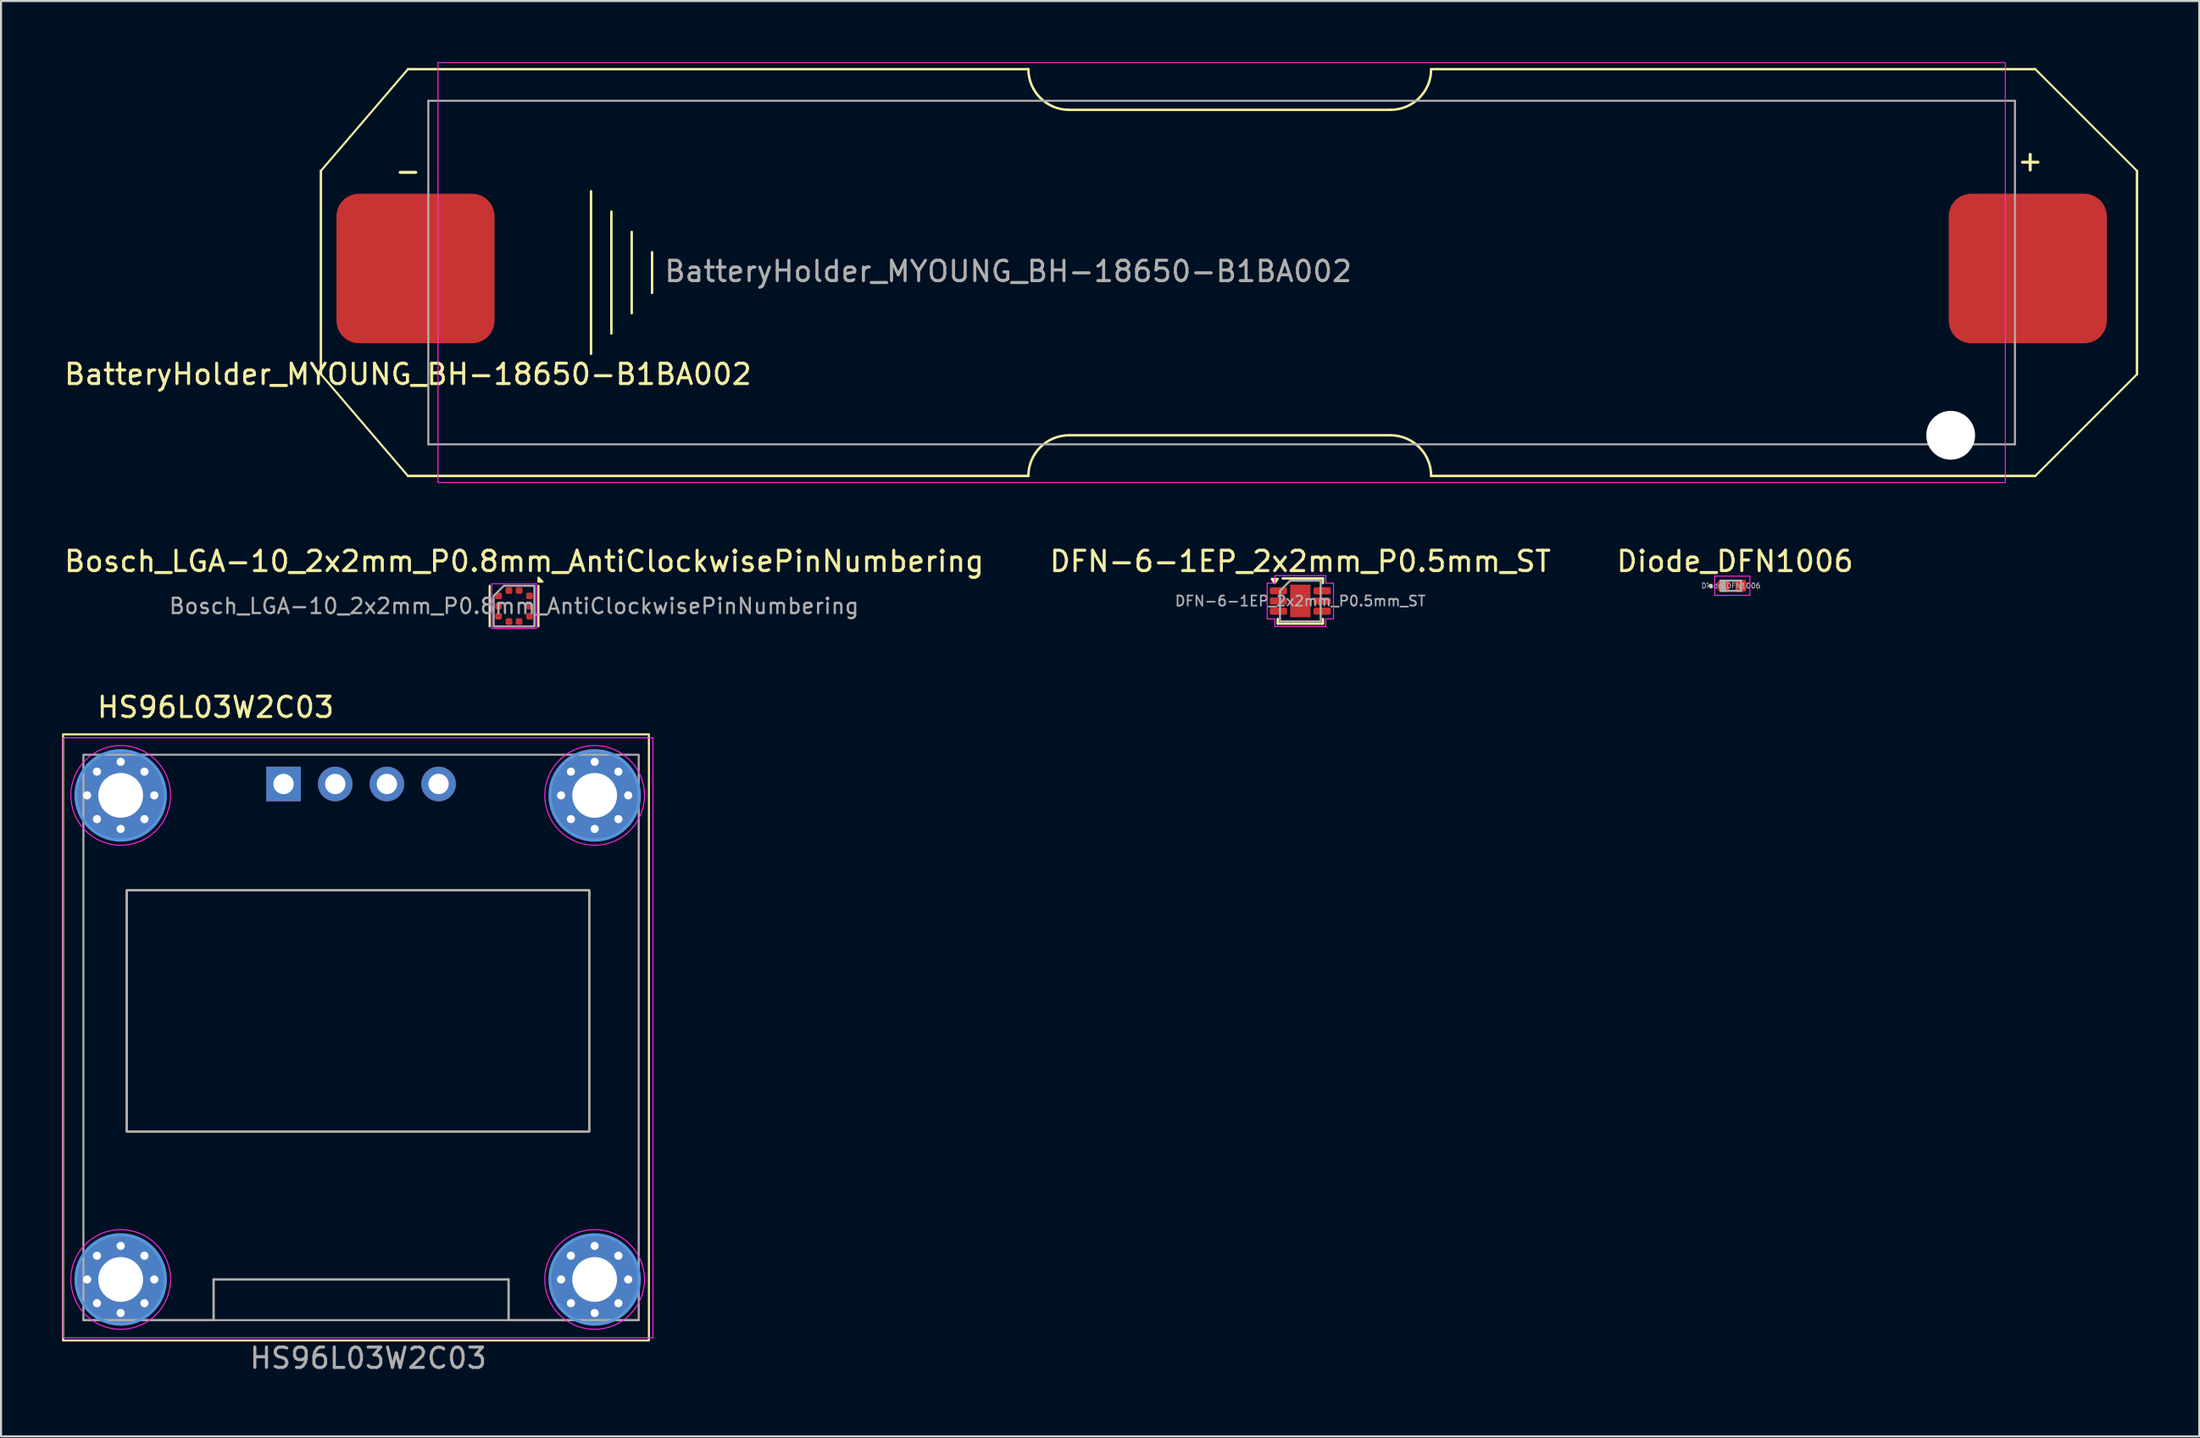
<source format=kicad_pcb>
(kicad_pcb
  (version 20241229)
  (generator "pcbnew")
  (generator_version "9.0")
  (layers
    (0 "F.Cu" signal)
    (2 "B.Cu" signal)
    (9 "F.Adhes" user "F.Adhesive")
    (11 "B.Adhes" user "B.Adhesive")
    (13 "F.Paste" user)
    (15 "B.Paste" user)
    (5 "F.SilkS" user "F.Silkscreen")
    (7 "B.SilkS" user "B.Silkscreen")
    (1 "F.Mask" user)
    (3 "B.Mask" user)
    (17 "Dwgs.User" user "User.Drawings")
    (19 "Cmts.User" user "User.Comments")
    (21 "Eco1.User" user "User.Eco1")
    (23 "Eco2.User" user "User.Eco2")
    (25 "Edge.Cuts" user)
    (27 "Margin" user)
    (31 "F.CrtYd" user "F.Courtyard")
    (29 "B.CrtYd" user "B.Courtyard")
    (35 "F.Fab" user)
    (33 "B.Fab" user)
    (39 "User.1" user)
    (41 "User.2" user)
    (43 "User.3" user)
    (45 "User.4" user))
  (footprint "HS96L03W2C03"
    (layer "F.Cu")
    (at 10.89 35.495)
    (property "Reference" "HS96L03W2C03" (at -3.34 -3.773 0) (layer "F.SilkS") (effects (font (size 1 1) (thickness 0.15))))
    (attr through_hole)
    (fp_line (start -3.44 24.36) (end -3.44 26.36) (stroke (width 0.1) (type solid)) (layer "F.SilkS"))
    (fp_line (start 11.06 24.36) (end -3.44 24.36) (stroke (width 0.1) (type solid)) (layer "F.SilkS"))
    (fp_line (start 11.06 24.36) (end 11.06 26.36) (stroke (width 0.1) (type solid)) (layer "F.SilkS"))
    (fp_rect (start -10.84 -2.44) (end 17.96 27.36) (stroke (width 0.1) (type solid)) (fill no) (layer "F.SilkS"))
    (fp_rect (start -7.71 5.227) (end 15.03 17.087) (stroke (width 0.1) (type solid)) (fill no) (layer "F.SilkS"))
    (fp_circle (center -8.007 0.56) (end -5.807 0.56) (stroke (width 0.15) (type solid)) (fill no) (layer "Cmts.User"))
    (fp_circle (center -8.007 24.36) (end -5.807 24.36) (stroke (width 0.15) (type solid)) (fill no) (layer "Cmts.User"))
    (fp_circle (center 15.293 0.56) (end 15.293 -1.64) (stroke (width 0.15) (type solid)) (fill no) (layer "Cmts.User"))
    (fp_circle (center 15.293 24.36) (end 15.293 22.16) (stroke (width 0.15) (type solid)) (fill no) (layer "Cmts.User"))
    (fp_rect (start -10.84 -2.273) (end 18.16 27.227) (stroke (width 0.05) (type default)) (fill no) (layer "F.CrtYd"))
    (fp_circle (center -8.007 0.56) (end -5.557 0.56) (stroke (width 0.05) (type solid)) (fill no) (layer "F.CrtYd"))
    (fp_circle (center -8.007 24.36) (end -5.557 24.36) (stroke (width 0.05) (type solid)) (fill no) (layer "F.CrtYd"))
    (fp_circle (center 15.293 0.56) (end 15.293 -1.89) (stroke (width 0.05) (type solid)) (fill no) (layer "F.CrtYd"))
    (fp_circle (center 15.293 24.36) (end 15.293 21.91) (stroke (width 0.05) (type solid)) (fill no) (layer "F.CrtYd"))
    (fp_line (start -9.84 26.36) (end -3.44 26.36) (stroke (width 0.1) (type solid)) (layer "F.Fab"))
    (fp_line (start -3.44 24.36) (end -3.44 26.36) (stroke (width 0.1) (type solid)) (layer "F.Fab"))
    (fp_line (start 11.06 24.36) (end -3.44 24.36) (stroke (width 0.1) (type solid)) (layer "F.Fab"))
    (fp_line (start 11.06 24.36) (end 11.06 26.36) (stroke (width 0.1) (type solid)) (layer "F.Fab"))
    (fp_line (start 11.06 26.36) (end 17.46 26.36) (stroke (width 0.1) (type solid)) (layer "F.Fab"))
    (fp_rect (start -9.84 -1.44) (end 17.46 26.36) (stroke (width 0.1) (type solid)) (fill no) (layer "F.Fab"))
    (fp_rect (start -7.71 5.227) (end 15.03 17.087) (stroke (width 0.1) (type solid)) (fill no) (layer "F.Fab"))
    (fp_text user "${REFERENCE}" (at 4.16 28.227 0) (layer "F.Fab") (effects (font (size 1 1) (thickness 0.15))))
    (pad "1" thru_hole circle (at -9.657 0.56) (size 0.7 0.7) (drill 0.4) (layers "*.Cu" "*.Mask"))
    (pad "1" thru_hole circle (at -9.657 24.36) (size 0.7 0.7) (drill 0.4) (layers "*.Cu" "*.Mask"))
    (pad "1" thru_hole circle (at -9.173 -0.607) (size 0.7 0.7) (drill 0.4) (layers "*.Cu" "*.Mask"))
    (pad "1" thru_hole circle (at -9.173 1.727) (size 0.7 0.7) (drill 0.4) (layers "*.Cu" "*.Mask"))
    (pad "1" thru_hole circle (at -9.173 23.193) (size 0.7 0.7) (drill 0.4) (layers "*.Cu" "*.Mask"))
    (pad "1" thru_hole circle (at -9.173 25.527) (size 0.7 0.7) (drill 0.4) (layers "*.Cu" "*.Mask"))
    (pad "1" thru_hole circle (at -8.007 -1.09) (size 0.7 0.7) (drill 0.4) (layers "*.Cu" "*.Mask"))
    (pad "1" thru_hole circle (at -8.007 0.56) (size 4.4 4.4) (drill 2.2) (layers "*.Cu" "*.Mask"))
    (pad "1" thru_hole circle (at -8.007 2.21) (size 0.7 0.7) (drill 0.4) (layers "*.Cu" "*.Mask"))
    (pad "1" thru_hole circle (at -8.007 22.71) (size 0.7 0.7) (drill 0.4) (layers "*.Cu" "*.Mask"))
    (pad "1" thru_hole circle (at -8.007 24.36) (size 4.4 4.4) (drill 2.2) (layers "*.Cu" "*.Mask"))
    (pad "1" thru_hole circle (at -8.007 26.01) (size 0.7 0.7) (drill 0.4) (layers "*.Cu" "*.Mask"))
    (pad "1" thru_hole circle (at -6.84 -0.607) (size 0.7 0.7) (drill 0.4) (layers "*.Cu" "*.Mask"))
    (pad "1" thru_hole circle (at -6.84 1.727) (size 0.7 0.7) (drill 0.4) (layers "*.Cu" "*.Mask"))
    (pad "1" thru_hole circle (at -6.84 23.193) (size 0.7 0.7) (drill 0.4) (layers "*.Cu" "*.Mask"))
    (pad "1" thru_hole circle (at -6.84 25.527) (size 0.7 0.7) (drill 0.4) (layers "*.Cu" "*.Mask"))
    (pad "1" thru_hole circle (at -6.357 0.56) (size 0.7 0.7) (drill 0.4) (layers "*.Cu" "*.Mask"))
    (pad "1" thru_hole circle (at -6.357 24.36) (size 0.7 0.7) (drill 0.4) (layers "*.Cu" "*.Mask"))
    (pad "1" thru_hole rect (at 0 0) (size 1.7 1.7) (drill 1) (layers "*.Cu" "*.Mask"))
    (pad "1" thru_hole circle (at 13.643 0.56 90) (size 0.7 0.7) (drill 0.4) (layers "*.Cu" "*.Mask"))
    (pad "1" thru_hole circle (at 13.643 24.36 90) (size 0.7 0.7) (drill 0.4) (layers "*.Cu" "*.Mask"))
    (pad "1" thru_hole circle (at 14.127 -0.607 90) (size 0.7 0.7) (drill 0.4) (layers "*.Cu" "*.Mask"))
    (pad "1" thru_hole circle (at 14.127 1.727 90) (size 0.7 0.7) (drill 0.4) (layers "*.Cu" "*.Mask"))
    (pad "1" thru_hole circle (at 14.127 23.193 90) (size 0.7 0.7) (drill 0.4) (layers "*.Cu" "*.Mask"))
    (pad "1" thru_hole circle (at 14.127 25.527 90) (size 0.7 0.7) (drill 0.4) (layers "*.Cu" "*.Mask"))
    (pad "1" thru_hole circle (at 15.293 -1.09 90) (size 0.7 0.7) (drill 0.4) (layers "*.Cu" "*.Mask"))
    (pad "1" thru_hole circle (at 15.293 0.56 90) (size 4.4 4.4) (drill 2.2) (layers "*.Cu" "*.Mask"))
    (pad "1" thru_hole circle (at 15.293 2.21 90) (size 0.7 0.7) (drill 0.4) (layers "*.Cu" "*.Mask"))
    (pad "1" thru_hole circle (at 15.293 22.71 90) (size 0.7 0.7) (drill 0.4) (layers "*.Cu" "*.Mask"))
    (pad "1" thru_hole circle (at 15.293 24.36 90) (size 4.4 4.4) (drill 2.2) (layers "*.Cu" "*.Mask"))
    (pad "1" thru_hole circle (at 15.293 26.01 90) (size 0.7 0.7) (drill 0.4) (layers "*.Cu" "*.Mask"))
    (pad "1" thru_hole circle (at 16.46 -0.607 90) (size 0.7 0.7) (drill 0.4) (layers "*.Cu" "*.Mask"))
    (pad "1" thru_hole circle (at 16.46 1.727 90) (size 0.7 0.7) (drill 0.4) (layers "*.Cu" "*.Mask"))
    (pad "1" thru_hole circle (at 16.46 23.193 90) (size 0.7 0.7) (drill 0.4) (layers "*.Cu" "*.Mask"))
    (pad "1" thru_hole circle (at 16.46 25.527 90) (size 0.7 0.7) (drill 0.4) (layers "*.Cu" "*.Mask"))
    (pad "1" thru_hole circle (at 16.943 0.56 90) (size 0.7 0.7) (drill 0.4) (layers "*.Cu" "*.Mask"))
    (pad "1" thru_hole circle (at 16.943 24.36 90) (size 0.7 0.7) (drill 0.4) (layers "*.Cu" "*.Mask"))
    (pad "2" thru_hole circle (at 2.54 0) (size 1.7 1.7) (drill 1) (layers "*.Cu" "*.Mask"))
    (pad "3" thru_hole circle (at 5.08 0) (size 1.7 1.7) (drill 1) (layers "*.Cu" "*.Mask"))
    (pad "4" thru_hole circle (at 7.62 0) (size 1.7 1.7) (drill 1) (layers "*.Cu" "*.Mask")))
  (footprint "BatteryHolder_MYOUNG_BH-18650-B1BA002"
    (layer "F.Cu")
    (at 57.006 10.35)
    (property "Reference" "BatteryHolder_MYOUNG_BH-18650-B1BA002" (at -40 5 180) (layer "F.SilkS") (effects (font (size 1 1) (thickness 0.15))))
    (attr through_hole)
    (fp_line (start -44.28 -5) (end -44.28 5) (stroke (width 0.12) (type solid)) (layer "F.SilkS"))
    (fp_line (start -40 -10) (end -44.28 -5) (stroke (width 0.1) (type default)) (layer "F.SilkS"))
    (fp_line (start -40 -10) (end -9.5 -10) (stroke (width 0.12) (type solid)) (layer "F.SilkS"))
    (fp_line (start -40 10) (end -44.28 5) (stroke (width 0.1) (type default)) (layer "F.SilkS"))
    (fp_line (start -40 10) (end -9.5 10) (stroke (width 0.12) (type solid)) (layer "F.SilkS"))
    (fp_line (start -31 4) (end -31 -4) (stroke (width 0.12) (type solid)) (layer "F.SilkS"))
    (fp_line (start -30 -3) (end -30 3) (stroke (width 0.12) (type solid)) (layer "F.SilkS"))
    (fp_line (start -29 2) (end -29 -2) (stroke (width 0.12) (type solid)) (layer "F.SilkS"))
    (fp_line (start -28 1) (end -28 -1) (stroke (width 0.12) (type solid)) (layer "F.SilkS"))
    (fp_line (start -7.5 -8) (end 8.3 -8) (stroke (width 0.12) (type solid)) (layer "F.SilkS"))
    (fp_line (start 8.3 8) (end -7.5 8) (stroke (width 0.12) (type solid)) (layer "F.SilkS"))
    (fp_line (start 10.3 -10) (end 40 -10) (stroke (width 0.12) (type solid)) (layer "F.SilkS"))
    (fp_line (start 10.3 10) (end 40 10) (stroke (width 0.12) (type solid)) (layer "F.SilkS"))
    (fp_line (start 45 -5) (end 40 -10) (stroke (width 0.1) (type default)) (layer "F.SilkS"))
    (fp_line (start 45 -5) (end 45 5) (stroke (width 0.12) (type solid)) (layer "F.SilkS"))
    (fp_line (start 45 5) (end 40 10) (stroke (width 0.1) (type default)) (layer "F.SilkS"))
    (fp_arc (start -9.5 10) (mid -8.914214 8.585786) (end -7.5 8) (stroke (width 0.12) (type solid)) (layer "F.SilkS"))
    (fp_arc (start -7.5 -8) (mid -8.914214 -8.585786) (end -9.5 -10) (stroke (width 0.12) (type solid)) (layer "F.SilkS"))
    (fp_arc (start 8.3 8) (mid 9.714214 8.585786) (end 10.3 10) (stroke (width 0.12) (type solid)) (layer "F.SilkS"))
    (fp_arc (start 10.3 -10) (mid 9.714214 -8.585786) (end 8.3 -8) (stroke (width 0.12) (type solid)) (layer "F.SilkS"))
    (fp_rect (start -38.525 -10.325) (end 38.525 10.325) (stroke (width 0.05) (type solid)) (fill no) (layer "F.CrtYd"))
    (fp_line (start -39 -8.445) (end -39 8.445) (stroke (width 0.1) (type solid)) (layer "F.Fab"))
    (fp_line (start -39 8.445) (end 39 8.445) (stroke (width 0.1) (type solid)) (layer "F.Fab"))
    (fp_line (start 39 -8.445) (end -39 -8.445) (stroke (width 0.1) (type solid)) (layer "F.Fab"))
    (fp_line (start 39 8.445) (end 39 -8.445) (stroke (width 0.1) (type solid)) (layer "F.Fab"))
    (fp_text user "-" (at -40 -5 0) (layer "F.SilkS") (effects (font (size 1 1) (thickness 0.15))))
    (fp_text user "+" (at 39.75 -5.5 0) (layer "F.SilkS") (effects (font (size 1 1) (thickness 0.15))))
    (fp_text user "${REFERENCE}" (at -10.49 -0.06 0) (layer "F.Fab") (effects (font (size 1 1) (thickness 0.15))))
    (pad "" np_thru_hole circle (at 35.84 8) (size 2.4 2.4) (drill 2.64) (layers "*.Cu" "*.Mask"))
    (pad "1" smd roundrect (at 39.63 -0.2) (size 7.77 7.35) (layers "F.Cu" "F.Mask" "F.Paste") (roundrect_rratio 0.15))
    (pad "2" smd roundrect (at -39.63 -0.2) (size 7.77 7.35) (layers "F.Cu" "F.Mask" "F.Paste") (roundrect_rratio 0.15)))
  (footprint "Bosch_LGA-10_2x2mm_P0.8mm_AntiClockwisePinNumbering"
    (layer "F.Cu")
    (at 22.22 26.748)
    (property "Reference" "Bosch_LGA-10_2x2mm_P0.8mm_AntiClockwisePinNumbering" (at 0.5 -2.2 0) (layer "F.SilkS") (effects (font (size 1 1) (thickness 0.15))))
    (attr smd)
    (fp_rect (start -0.4 -0.4) (end 0.4 0.4) (stroke (width 0.4) (type solid)) (fill yes) (layer "F.Mask"))
    (fp_line (start -1.2 -1) (end -1.2 1) (stroke (width 0.1) (type solid)) (layer "F.SilkS"))
    (fp_line (start 1.2 -1) (end 1.2 1) (stroke (width 0.1) (type solid)) (layer "F.SilkS"))
    (fp_poly (pts (xy 1.2 -1.2) (xy 1.2 -1.4) (xy 1.4 -1.2)) (stroke (width 0.1) (type solid)) (fill yes) (layer "F.SilkS"))
    (fp_rect (start -1.1 -1.1) (end 1.1 1.1) (stroke (width 0.05) (type solid)) (fill no) (layer "F.CrtYd"))
    (fp_poly (pts (xy -1 -0.5) (xy -1 1) (xy 1 1) (xy 1 -1) (xy -0.5 -1)) (stroke (width 0.1) (type solid)) (fill no) (layer "F.Fab"))
    (fp_text user "${REFERENCE}" (at 0 0 0) (layer "F.Fab") (effects (font (size 0.75 0.75) (thickness 0.11))))
    (pad "1" smd roundrect (at 0.25 -0.762 180) (size 0.325 0.325) (layers "F.Cu" "F.Mask" "F.Paste") (roundrect_rratio 0.25))
    (pad "2" smd roundrect (at -0.25 -0.762 180) (size 0.325 0.325) (layers "F.Cu" "F.Mask" "F.Paste") (roundrect_rratio 0.25))
    (pad "3" smd roundrect (at -0.762 -0.5 180) (size 0.325 0.325) (layers "F.Cu" "F.Mask" "F.Paste") (roundrect_rratio 0.25))
    (pad "4" smd roundrect (at -0.762 0 180) (size 0.325 0.325) (layers "F.Cu" "F.Mask" "F.Paste") (roundrect_rratio 0.25))
    (pad "5" smd roundrect (at -0.762 0.5 180) (size 0.325 0.325) (layers "F.Cu" "F.Mask" "F.Paste") (roundrect_rratio 0.25))
    (pad "6" smd roundrect (at -0.25 0.762 180) (size 0.325 0.325) (layers "F.Cu" "F.Mask" "F.Paste") (roundrect_rratio 0.25))
    (pad "7" smd roundrect (at 0.25 0.762 180) (size 0.325 0.325) (layers "F.Cu" "F.Mask" "F.Paste") (roundrect_rratio 0.25))
    (pad "8" smd roundrect (at 0.762 0.5 180) (size 0.325 0.325) (layers "F.Cu" "F.Mask" "F.Paste") (roundrect_rratio 0.25))
    (pad "9" smd roundrect (at 0.762 0 180) (size 0.325 0.325) (layers "F.Cu" "F.Mask" "F.Paste") (roundrect_rratio 0.25))
    (pad "10" smd roundrect (at 0.762 -0.5 180) (size 0.325 0.325) (layers "F.Cu" "F.Mask" "F.Paste") (roundrect_rratio 0.25)))
  (footprint "DFN-6-1EP_2x2mm_P0.5mm_ST"
    (layer "F.Cu")
    (at 60.875 26.498)
    (property "Reference" "DFN-6-1EP_2x2mm_P0.5mm_ST" (at 0 -1.95 0) (layer "F.SilkS") (effects (font (size 1 1) (thickness 0.15))))
    (attr smd)
    (fp_line (start -1.11 1.11) (end -1.11 0.885) (stroke (width 0.12) (type solid)) (layer "F.SilkS"))
    (fp_line (start -0.866 -1.11) (end 1.11 -1.11) (stroke (width 0.12) (type solid)) (layer "F.SilkS"))
    (fp_line (start 1.11 -1.11) (end 1.11 -0.885) (stroke (width 0.12) (type solid)) (layer "F.SilkS"))
    (fp_line (start 1.11 0.885) (end 1.11 1.11) (stroke (width 0.12) (type solid)) (layer "F.SilkS"))
    (fp_line (start 1.11 1.11) (end -1.11 1.11) (stroke (width 0.12) (type solid)) (layer "F.SilkS"))
    (fp_poly (pts (xy -1.26 -0.89) (xy -1.4 -1.08) (xy -1.12 -1.08)) (stroke (width 0.12) (type solid)) (fill yes) (layer "F.SilkS"))
    (fp_line (start -1.63 -0.88) (end -1.25 -0.88) (stroke (width 0.05) (type solid)) (layer "F.CrtYd"))
    (fp_line (start -1.63 0.88) (end -1.63 -0.88) (stroke (width 0.05) (type solid)) (layer "F.CrtYd"))
    (fp_line (start -1.25 -1.25) (end 1.25 -1.25) (stroke (width 0.05) (type solid)) (layer "F.CrtYd"))
    (fp_line (start -1.25 -0.88) (end -1.25 -1.25) (stroke (width 0.05) (type solid)) (layer "F.CrtYd"))
    (fp_line (start -1.25 0.88) (end -1.63 0.88) (stroke (width 0.05) (type solid)) (layer "F.CrtYd"))
    (fp_line (start -1.25 1.25) (end -1.25 0.88) (stroke (width 0.05) (type solid)) (layer "F.CrtYd"))
    (fp_line (start 1.25 -1.25) (end 1.25 -0.88) (stroke (width 0.05) (type solid)) (layer "F.CrtYd"))
    (fp_line (start 1.25 -0.88) (end 1.63 -0.88) (stroke (width 0.05) (type solid)) (layer "F.CrtYd"))
    (fp_line (start 1.25 0.88) (end 1.25 1.25) (stroke (width 0.05) (type solid)) (layer "F.CrtYd"))
    (fp_line (start 1.25 1.25) (end -1.25 1.25) (stroke (width 0.05) (type solid)) (layer "F.CrtYd"))
    (fp_line (start 1.63 -0.88) (end 1.63 0.88) (stroke (width 0.05) (type solid)) (layer "F.CrtYd"))
    (fp_line (start 1.63 0.88) (end 1.25 0.88) (stroke (width 0.05) (type solid)) (layer "F.CrtYd"))
    (fp_poly (pts (xy -1 -0.5) (xy -1 1) (xy 1 1) (xy 1 -1) (xy -0.5 -1)) (stroke (width 0.1) (type solid)) (fill no) (layer "F.Fab"))
    (fp_text user "${REFERENCE}" (at 0 0 0) (layer "F.Fab") (effects (font (size 0.5 0.5) (thickness 0.08))))
    (pad "" smd roundrect (at 0 -0.4) (size 0.8 0.64) (layers "F.Paste") (roundrect_rratio 0.25))
    (pad "" smd roundrect (at 0 0.4) (size 0.8 0.64) (layers "F.Paste") (roundrect_rratio 0.25))
    (pad "1" smd roundrect (at -1.075 -0.5) (size 0.85 0.35) (layers "F.Cu" "F.Mask" "F.Paste") (roundrect_rratio 0.25))
    (pad "2" smd roundrect (at -1.075 0) (size 0.85 0.35) (layers "F.Cu" "F.Mask" "F.Paste") (roundrect_rratio 0.25))
    (pad "3" smd roundrect (at -1.075 0.5) (size 0.85 0.35) (layers "F.Cu" "F.Mask" "F.Paste") (roundrect_rratio 0.25))
    (pad "4" smd roundrect (at 1.075 0.5) (size 0.85 0.35) (layers "F.Cu" "F.Mask" "F.Paste") (roundrect_rratio 0.25))
    (pad "5" smd roundrect (at 1.075 0) (size 0.85 0.35) (layers "F.Cu" "F.Mask" "F.Paste") (roundrect_rratio 0.25))
    (pad "6" smd roundrect (at 1.075 -0.5) (size 0.85 0.35) (layers "F.Cu" "F.Mask" "F.Paste") (roundrect_rratio 0.25))
    (pad "7" smd rect (at 0 0) (size 1 1.6) (property pad_prop_heatsink) (layers "F.Cu" "F.Mask")))
  (footprint "Diode_DFN1006"
    (layer "F.Cu")
    (at 82.104 25.748)
    (property "Reference" "Diode_DFN1006" (at 0.14 -1.2 0) (layer "F.SilkS") (effects (font (size 1 1) (thickness 0.15))))
    (attr smd)
    (fp_circle (center -1.06 0) (end -1.01 0) (stroke (width 0.1) (type solid)) (fill no) (layer "F.SilkS"))
    (fp_line (start -0.86 -0.47) (end 0.87 -0.47) (stroke (width 0.05) (type solid)) (layer "F.CrtYd"))
    (fp_line (start -0.86 0.47) (end -0.86 -0.47) (stroke (width 0.05) (type solid)) (layer "F.CrtYd"))
    (fp_line (start 0.87 -0.47) (end 0.87 0.47) (stroke (width 0.05) (type solid)) (layer "F.CrtYd"))
    (fp_line (start 0.87 0.47) (end -0.86 0.47) (stroke (width 0.05) (type solid)) (layer "F.CrtYd"))
    (fp_line (start -0.56 -0.25) (end 0.44 -0.25) (stroke (width 0.1) (type solid)) (layer "F.Fab"))
    (fp_line (start -0.56 0.25) (end -0.56 -0.25) (stroke (width 0.1) (type solid)) (layer "F.Fab"))
    (fp_line (start -0.46 0.25) (end -0.46 -0.25) (stroke (width 0.1) (type solid)) (layer "F.Fab"))
    (fp_line (start -0.36 0.25) (end -0.36 -0.25) (stroke (width 0.1) (type solid)) (layer "F.Fab"))
    (fp_line (start 0.44 -0.25) (end 0.44 0.25) (stroke (width 0.1) (type solid)) (layer "F.Fab"))
    (fp_line (start 0.44 0.25) (end -0.56 0.25) (stroke (width 0.1) (type solid)) (layer "F.Fab"))
    (fp_text user "${REFERENCE}" (at -0.06 0 0) (layer "F.Fab") (effects (font (size 0.25 0.25) (thickness 0.04))))
    (pad "1" smd roundrect (at -0.425 0) (size 0.55 0.6) (layers "F.Cu" "F.Mask" "F.Paste") (roundrect_rratio 0.25))
    (pad "2" smd roundrect (at 0.425 0) (size 0.55 0.6) (layers "F.Cu" "F.Mask" "F.Paste") (roundrect_rratio 0.25)))
  (gr_rect
    (start -3 -3)
    (end 105.066 67.57)
    (stroke (width 0.1) (type default))
    (fill no)
    (layer "Edge.Cuts")))
</source>
